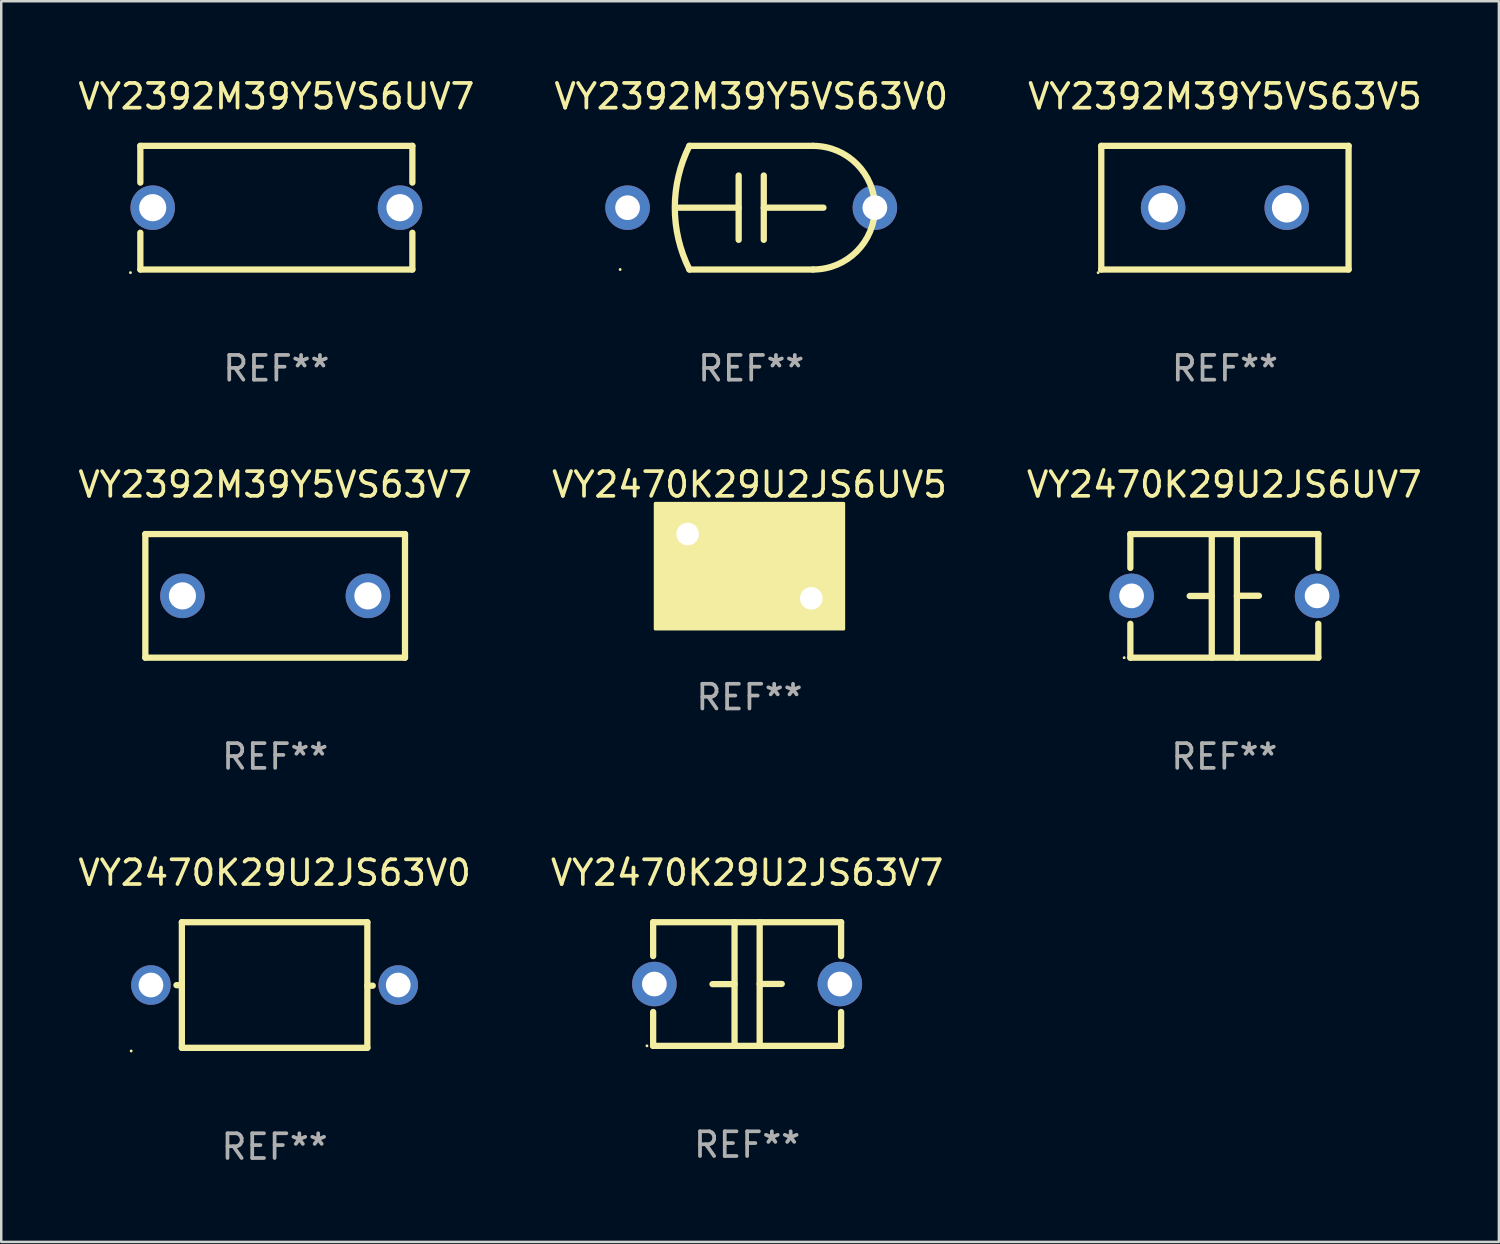
<source format=kicad_pcb>
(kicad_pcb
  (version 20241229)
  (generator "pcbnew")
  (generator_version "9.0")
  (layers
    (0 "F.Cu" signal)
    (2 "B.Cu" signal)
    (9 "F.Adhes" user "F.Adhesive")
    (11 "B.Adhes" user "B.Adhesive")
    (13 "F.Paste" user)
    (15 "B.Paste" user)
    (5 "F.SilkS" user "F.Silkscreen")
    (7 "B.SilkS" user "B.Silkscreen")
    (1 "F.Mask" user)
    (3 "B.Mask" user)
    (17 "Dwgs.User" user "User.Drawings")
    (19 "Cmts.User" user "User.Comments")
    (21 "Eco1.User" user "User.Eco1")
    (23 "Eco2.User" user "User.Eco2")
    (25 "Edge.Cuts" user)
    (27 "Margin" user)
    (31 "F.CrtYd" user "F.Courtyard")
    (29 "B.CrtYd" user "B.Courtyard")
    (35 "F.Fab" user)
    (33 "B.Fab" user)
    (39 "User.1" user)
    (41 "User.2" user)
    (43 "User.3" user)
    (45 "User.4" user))
  (footprint "VY2392M39Y5VS63V5"
    (layer "F.Cu")
    (at 46.482 5.348)
    (property "Reference" "VY2392M39Y5VS63V5" (at 0 -4.5 0) (layer "F.SilkS") (effects (font (size 1 1) (thickness 0.15))))
    (attr through_hole)
    (fp_line (start -5 -2.5) (end 5 -2.5) (stroke (width 0.254) (type solid)) (layer "F.SilkS"))
    (fp_line (start -5 2.5) (end -5 -2.5) (stroke (width 0.254) (type solid)) (layer "F.SilkS"))
    (fp_line (start 5 -2.5) (end 5 2.5) (stroke (width 0.254) (type solid)) (layer "F.SilkS"))
    (fp_line (start 5 2.5) (end -5 2.5) (stroke (width 0.254) (type solid)) (layer "F.SilkS"))
    (fp_circle (center -5.127 2.627) (end -5.097 2.627) (stroke (width 0.06) (type solid)) (fill no) (layer "F.SilkS"))
    (fp_text user "REF**" (at 0 6.5 0) (layer "F.Fab") (effects (font (size 1 1) (thickness 0.15))))
    (pad "1" thru_hole circle (at -2.5 0) (size 1.8 1.8) (drill 1.2) (layers "*.Cu" "*.Mask"))
    (pad "2" thru_hole circle (at 2.5 0) (size 1.8 1.8) (drill 1.2) (layers "*.Cu" "*.Mask")))
  (footprint "VY2470K29U2JS6UV7"
    (layer "F.Cu")
    (at 46.458 21.045)
    (property "Reference" "VY2470K29U2JS6UV7" (at 0 -4.5 0) (layer "F.SilkS") (effects (font (size 1 1) (thickness 0.15))))
    (attr through_hole)
    (fp_line (start -3.8 -2.5) (end -3.8 -1.13) (stroke (width 0.254) (type solid)) (layer "F.SilkS"))
    (fp_line (start -3.8 -2.5) (end 3.8 -2.5) (stroke (width 0.254) (type solid)) (layer "F.SilkS"))
    (fp_line (start -3.8 1.13) (end -3.8 2.5) (stroke (width 0.254) (type solid)) (layer "F.SilkS"))
    (fp_line (start -3.8 2.5) (end 3.8 2.5) (stroke (width 0.254) (type solid)) (layer "F.SilkS"))
    (fp_line (start -0.508 0.004) (end -1.4 0.004) (stroke (width 0.254) (type solid)) (layer "F.SilkS"))
    (fp_line (start -0.508 2.5) (end -0.508 -2.5) (stroke (width 0.254) (type solid)) (layer "F.SilkS"))
    (fp_line (start 0.508 -2.5) (end 0.508 2.5) (stroke (width 0.254) (type solid)) (layer "F.SilkS"))
    (fp_line (start 0.508 -0.004) (end 1.4 -0.004) (stroke (width 0.254) (type solid)) (layer "F.SilkS"))
    (fp_line (start 3.8 -2.5) (end 3.8 -1.13) (stroke (width 0.254) (type solid)) (layer "F.SilkS"))
    (fp_line (start 3.8 1.13) (end 3.8 2.5) (stroke (width 0.254) (type solid)) (layer "F.SilkS"))
    (fp_circle (center -4.05 2.5) (end -4.02 2.5) (stroke (width 0.06) (type solid)) (fill no) (layer "F.SilkS"))
    (fp_text user "REF**" (at 0 6.5 0) (layer "F.Fab") (effects (font (size 1 1) (thickness 0.15))))
    (pad "1" thru_hole circle (at -3.75 0.000127) (size 1.8 1.8) (drill 1) (layers "*.Cu" "*.Mask"))
    (pad "2" thru_hole circle (at 3.75 0.000127) (size 1.8 1.8) (drill 1) (layers "*.Cu" "*.Mask")))
  (footprint "VY2392M39Y5VS63V7"
    (layer "F.Cu")
    (at 8.077 21.045)
    (property "Reference" "VY2392M39Y5VS63V7" (at 0 -4.5 0) (layer "F.SilkS") (effects (font (size 1 1) (thickness 0.15))))
    (attr through_hole)
    (fp_line (start -5.25 -2.5) (end 5.25 -2.5) (stroke (width 0.254) (type solid)) (layer "F.SilkS"))
    (fp_line (start -5.25 2.5) (end -5.25 -2.5) (stroke (width 0.254) (type solid)) (layer "F.SilkS"))
    (fp_line (start 5.25 -2.5) (end 5.25 2.5) (stroke (width 0.254) (type solid)) (layer "F.SilkS"))
    (fp_line (start 5.25 2.5) (end -5.25 2.5) (stroke (width 0.254) (type solid)) (layer "F.SilkS"))
    (fp_circle (center -5.25 2.5) (end -5.22 2.5) (stroke (width 0.06) (type solid)) (fill no) (layer "F.SilkS"))
    (fp_text user "REF**" (at 0 6.5 0) (layer "F.Fab") (effects (font (size 1 1) (thickness 0.15))))
    (pad "1" thru_hole circle (at -3.75 0) (size 1.8 1.8) (drill 1.1) (layers "*.Cu" "*.Mask"))
    (pad "2" thru_hole circle (at 3.75 0) (size 1.8 1.8) (drill 1.1) (layers "*.Cu" "*.Mask")))
  (footprint "VY2470K29U2JS63V0"
    (layer "F.Cu")
    (at 8.054 36.781)
    (property "Reference" "VY2470K29U2JS63V0" (at 0 -4.54 0) (layer "F.SilkS") (effects (font (size 1 1) (thickness 0.15))))
    (attr through_hole)
    (fp_line (start -3.75 -2.54) (end 3.75 -2.54) (stroke (width 0.254) (type solid)) (layer "F.SilkS"))
    (fp_line (start -3.75 0.006) (end -3.969 0.006) (stroke (width 0.254) (type solid)) (layer "F.SilkS"))
    (fp_line (start -3.75 2.54) (end -3.75 -2.54) (stroke (width 0.254) (type solid)) (layer "F.SilkS"))
    (fp_line (start 3.75 -2.54) (end 3.75 2.54) (stroke (width 0.254) (type solid)) (layer "F.SilkS"))
    (fp_line (start 3.75 0.028) (end 3.969 0.028) (stroke (width 0.254) (type solid)) (layer "F.SilkS"))
    (fp_line (start 3.75 2.54) (end -3.75 2.54) (stroke (width 0.254) (type solid)) (layer "F.SilkS"))
    (fp_circle (center -5.8 2.667) (end -5.77 2.667) (stroke (width 0.06) (type solid)) (fill no) (layer "F.SilkS"))
    (fp_text user "REF**" (at 0 6.54 0) (layer "F.Fab") (effects (font (size 1 1) (thickness 0.15))))
    (pad "1" thru_hole circle (at -5 0) (size 1.6 1.6) (drill 1) (layers "*.Cu" "*.Mask"))
    (pad "2" thru_hole circle (at 5 0) (size 1.6 1.6) (drill 1) (layers "*.Cu" "*.Mask")))
  (footprint "VY2392M39Y5VS6UV7"
    (layer "F.Cu")
    (at 8.125 5.348)
    (property "Reference" "VY2392M39Y5VS6UV7" (at 0 -4.5 0) (layer "F.SilkS") (effects (font (size 1 1) (thickness 0.15))))
    (attr through_hole)
    (fp_line (start -5.5 -2.5) (end -5.5 -1.014) (stroke (width 0.254) (type solid)) (layer "F.SilkS"))
    (fp_line (start -5.5 -2.5) (end 5.5 -2.5) (stroke (width 0.254) (type solid)) (layer "F.SilkS"))
    (fp_line (start -5.5 1.014) (end -5.5 2.5) (stroke (width 0.254) (type solid)) (layer "F.SilkS"))
    (fp_line (start 5.5 -1.014) (end 5.5 -2.5) (stroke (width 0.254) (type solid)) (layer "F.SilkS"))
    (fp_line (start 5.5 2.5) (end -5.5 2.5) (stroke (width 0.254) (type solid)) (layer "F.SilkS"))
    (fp_line (start 5.5 2.5) (end 5.5 1.014) (stroke (width 0.254) (type solid)) (layer "F.SilkS"))
    (fp_circle (center -5.9 2.627) (end -5.87 2.627) (stroke (width 0.06) (type solid)) (fill no) (layer "F.SilkS"))
    (fp_text user "REF**" (at 0 6.5 0) (layer "F.Fab") (effects (font (size 1 1) (thickness 0.15))))
    (pad "1" thru_hole circle (at -5 0) (size 1.8 1.8) (drill 1.1) (layers "*.Cu" "*.Mask"))
    (pad "2" thru_hole circle (at 5 0) (size 1.8 1.8) (drill 1.1) (layers "*.Cu" "*.Mask")))
  (footprint "VY2392M39Y5VS63V0"
    (layer "F.Cu")
    (at 27.327 5.348)
    (property "Reference" "VY2392M39Y5VS63V0" (at 0 -4.5 0) (layer "F.SilkS") (effects (font (size 1 1) (thickness 0.15))))
    (attr through_hole)
    (fp_line (start -2.5 -2.5) (end 2.5 -2.5) (stroke (width 0.254) (type solid)) (layer "F.SilkS"))
    (fp_line (start -0.508 -1.3) (end -0.508 1.3) (stroke (width 0.254) (type solid)) (layer "F.SilkS"))
    (fp_line (start -0.508 0.000305) (end -2.921 0.000305) (stroke (width 0.254) (type solid)) (layer "F.SilkS"))
    (fp_line (start 0.508 -0.000305) (end 2.921 -0.000305) (stroke (width 0.254) (type solid)) (layer "F.SilkS"))
    (fp_line (start 0.508 1.3) (end 0.508 -1.3) (stroke (width 0.254) (type solid)) (layer "F.SilkS"))
    (fp_line (start 2.5 2.5) (end -2.5 2.5) (stroke (width 0.254) (type solid)) (layer "F.SilkS"))
    (fp_arc (start -2.499365 2.499365) (mid -3.089676 -0.000243) (end -2.5 -2.5) (stroke (width 0.254001) (type solid)) (layer "F.SilkS"))
    (fp_arc (start 2.499366 -2.499364) (mid 4.99906 0.000001) (end 2.5 2.5) (stroke (width 0.254001) (type solid)) (layer "F.SilkS"))
    (fp_circle (center -5.3 2.5) (end -5.27 2.5) (stroke (width 0.06) (type solid)) (fill no) (layer "F.SilkS"))
    (fp_text user "REF**" (at 0 6.5 0) (layer "F.Fab") (effects (font (size 1 1) (thickness 0.15))))
    (pad "1" thru_hole circle (at -5 0) (size 1.8 1.8) (drill 1) (layers "*.Cu" "*.Mask"))
    (pad "2" thru_hole circle (at 5 0) (size 1.8 1.8) (drill 1) (layers "*.Cu" "*.Mask")))
  (footprint "VY2470K29U2JS63V7"
    (layer "F.Cu")
    (at 27.161 36.741)
    (property "Reference" "VY2470K29U2JS63V7" (at 0 -4.5 0) (layer "F.SilkS") (effects (font (size 1 1) (thickness 0.15))))
    (attr through_hole)
    (fp_line (start -3.8 -2.5) (end -3.8 -1.13) (stroke (width 0.254) (type solid)) (layer "F.SilkS"))
    (fp_line (start -3.8 -2.5) (end 3.8 -2.5) (stroke (width 0.254) (type solid)) (layer "F.SilkS"))
    (fp_line (start -3.8 1.13) (end -3.8 2.5) (stroke (width 0.254) (type solid)) (layer "F.SilkS"))
    (fp_line (start -3.8 2.5) (end 3.8 2.5) (stroke (width 0.254) (type solid)) (layer "F.SilkS"))
    (fp_line (start -0.508 0.004) (end -1.4 0.004) (stroke (width 0.254) (type solid)) (layer "F.SilkS"))
    (fp_line (start -0.508 2.5) (end -0.508 -2.5) (stroke (width 0.254) (type solid)) (layer "F.SilkS"))
    (fp_line (start 0.508 -2.5) (end 0.508 2.5) (stroke (width 0.254) (type solid)) (layer "F.SilkS"))
    (fp_line (start 0.508 -0.004) (end 1.4 -0.004) (stroke (width 0.254) (type solid)) (layer "F.SilkS"))
    (fp_line (start 3.8 -2.5) (end 3.8 -1.13) (stroke (width 0.254) (type solid)) (layer "F.SilkS"))
    (fp_line (start 3.8 1.13) (end 3.8 2.5) (stroke (width 0.254) (type solid)) (layer "F.SilkS"))
    (fp_circle (center -4.05 2.5) (end -4.02 2.5) (stroke (width 0.06) (type solid)) (fill no) (layer "F.SilkS"))
    (fp_text user "REF**" (at 0 6.5 0) (layer "F.Fab") (effects (font (size 1 1) (thickness 0.15))))
    (pad "1" thru_hole circle (at -3.75 0.000127) (size 1.8 1.8) (drill 1) (layers "*.Cu" "*.Mask"))
    (pad "2" thru_hole circle (at 3.75 0.000127) (size 1.8 1.8) (drill 1) (layers "*.Cu" "*.Mask")))
  (footprint "VY2470K29U2JS6UV5"
    (layer "F.Cu")
    (at 27.256 19.845)
    (property "Reference" "VY2470K29U2JS6UV5" (at 0 -3.3 0) (layer "F.SilkS") (effects (font (size 1 1) (thickness 0.15))))
    (attr through_hole)
    (fp_circle (center -3.75 -2.5) (end -3.72 -2.5) (stroke (width 0.06) (type solid)) (fill no) (layer "F.SilkS"))
    (fp_poly (pts (xy -3.81 -2.54) (xy 3.81 -2.54) (xy 3.81 2.54) (xy -3.81 2.54)) (stroke (width 0.12) (type solid)) (fill yes) (layer "F.SilkS"))
    (fp_text user "REF**" (at 0 5.3 0) (layer "F.Fab") (effects (font (size 1 1) (thickness 0.15))))
    (pad "1" thru_hole circle (at -2.5 -1.3) (size 1.524 1.524) (drill 0.914) (layers "*.Cu" "*.Mask"))
    (pad "2" thru_hole circle (at 2.5 1.3) (size 1.524 1.524) (drill 0.914) (layers "*.Cu" "*.Mask")))
  (gr_rect
    (start -3 -3)
    (end 57.56 47.17)
    (stroke (width 0.1) (type default))
    (fill no)
    (layer "Edge.Cuts")))
</source>
